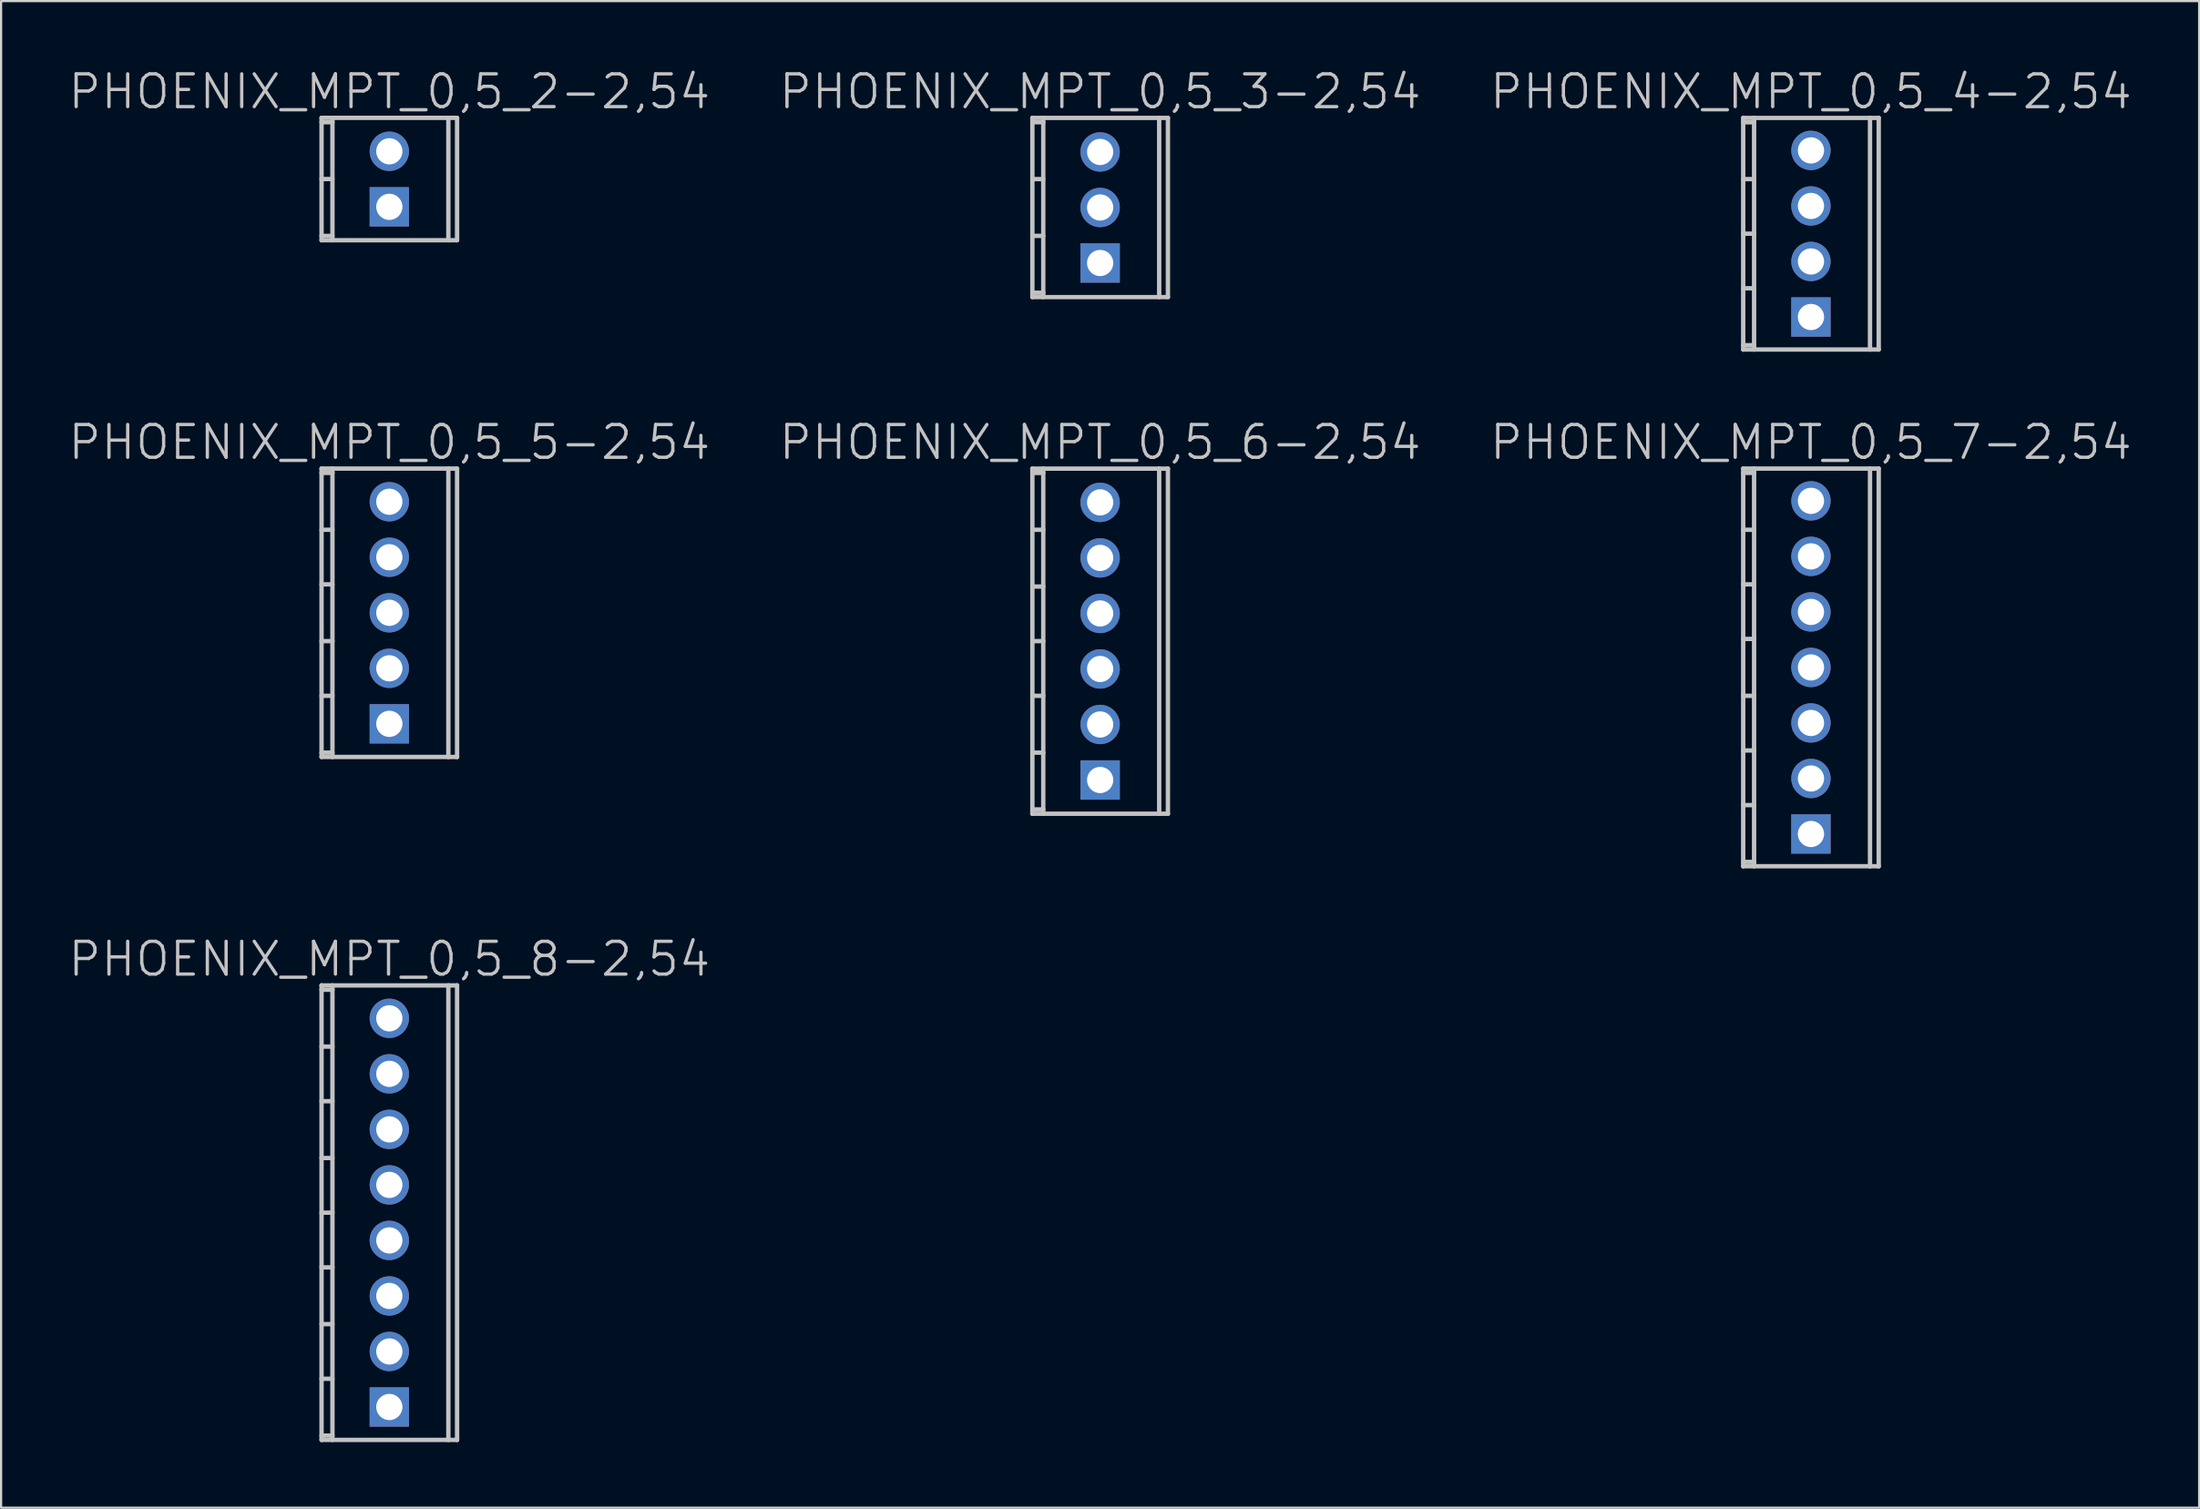
<source format=kicad_pcb>
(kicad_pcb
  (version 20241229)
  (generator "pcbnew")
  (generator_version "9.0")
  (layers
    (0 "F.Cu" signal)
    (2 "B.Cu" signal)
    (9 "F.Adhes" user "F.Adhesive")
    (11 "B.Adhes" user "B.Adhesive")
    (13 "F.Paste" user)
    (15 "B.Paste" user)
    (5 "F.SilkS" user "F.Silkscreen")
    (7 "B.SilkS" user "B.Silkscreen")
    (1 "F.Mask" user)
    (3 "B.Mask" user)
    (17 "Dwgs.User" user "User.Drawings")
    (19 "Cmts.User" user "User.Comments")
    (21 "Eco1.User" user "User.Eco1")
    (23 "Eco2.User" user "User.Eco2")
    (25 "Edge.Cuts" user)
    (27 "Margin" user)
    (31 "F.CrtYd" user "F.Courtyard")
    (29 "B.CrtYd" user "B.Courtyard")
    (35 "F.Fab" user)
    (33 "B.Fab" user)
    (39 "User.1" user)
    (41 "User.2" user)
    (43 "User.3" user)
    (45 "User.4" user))
  (footprint "PHOENIX_MPT_0,5_2-2,54"
    (layer "F.Cu")
    (at 14.754 5.141)
    (property "Reference" "PHOENIX_MPT_0,5_2-2,54" (at 0 -4 180) (layer "Dwgs.User") (effects (font (size 1.5 1.5) (thickness 0.15))))
    (attr through_hole)
    (fp_line (start -3.099 -2.799) (end -3.099 2.799) (stroke (width 0.2) (type solid)) (layer "Dwgs.User"))
    (fp_line (start -3.099 -2.601) (end -2.601 -2.601) (stroke (width 0.2) (type solid)) (layer "Dwgs.User"))
    (fp_line (start -3.099 0) (end -2.601 0) (stroke (width 0.2) (type solid)) (layer "Dwgs.User"))
    (fp_line (start -3.099 2.799) (end 3.099 2.799) (stroke (width 0.2) (type solid)) (layer "Dwgs.User"))
    (fp_line (start -2.601 2.601) (end -3.099 2.601) (stroke (width 0.2) (type solid)) (layer "Dwgs.User"))
    (fp_line (start -2.601 2.799) (end -2.601 -2.799) (stroke (width 0.2) (type solid)) (layer "Dwgs.User"))
    (fp_line (start 2.7 -2.799) (end 2.7 2.799) (stroke (width 0.2) (type solid)) (layer "Dwgs.User"))
    (fp_line (start 3.099 -2.799) (end -3.099 -2.799) (stroke (width 0.2) (type solid)) (layer "Dwgs.User"))
    (fp_line (start 3.099 2.799) (end 3.099 -2.799) (stroke (width 0.2) (type solid)) (layer "Dwgs.User"))
    (pad "1" thru_hole rect (at 0 1.27) (size 1.8 1.8) (drill 1.2) (layers "*.Cu" "*.Mask"))
    (pad "2" thru_hole circle (at 0 -1.27 270) (size 1.8 1.8) (drill 1.2) (layers "*.Cu" "*.Mask")))
  (footprint "PHOENIX_MPT_0,5_4-2,54"
    (layer "F.Cu")
    (at 79.768 7.641)
    (property "Reference" "PHOENIX_MPT_0,5_4-2,54" (at 0 -6.5 180) (layer "Dwgs.User") (effects (font (size 1.5 1.5) (thickness 0.15))))
    (attr through_hole)
    (fp_line (start -3.099 -5.098) (end -2.601 -5.098) (stroke (width 0.2) (type solid)) (layer "Dwgs.User"))
    (fp_line (start -3.099 -2.497) (end -2.601 -2.497) (stroke (width 0.2) (type solid)) (layer "Dwgs.User"))
    (fp_line (start -3.099 5.298) (end 3.099 5.298) (stroke (width 0.2) (type solid)) (layer "Dwgs.User"))
    (fp_line (start -3.099 5.301) (end -3.099 -5.301) (stroke (width 0.2) (type solid)) (layer "Dwgs.User"))
    (fp_line (start -2.601 -5.301) (end -2.601 5.301) (stroke (width 0.2) (type solid)) (layer "Dwgs.User"))
    (fp_line (start -2.601 0) (end -3.099 0) (stroke (width 0.2) (type solid)) (layer "Dwgs.User"))
    (fp_line (start -2.601 2.497) (end -3.099 2.497) (stroke (width 0.2) (type solid)) (layer "Dwgs.User"))
    (fp_line (start -2.601 5.1) (end -3.099 5.1) (stroke (width 0.2) (type solid)) (layer "Dwgs.User"))
    (fp_line (start 2.7 -5.301) (end 2.7 5.301) (stroke (width 0.2) (type solid)) (layer "Dwgs.User"))
    (fp_line (start 3.099 -5.296) (end -3.099 -5.296) (stroke (width 0.2) (type solid)) (layer "Dwgs.User"))
    (fp_line (start 3.099 5.301) (end 3.099 -5.301) (stroke (width 0.2) (type solid)) (layer "Dwgs.User"))
    (pad "1" thru_hole rect (at 0 3.81) (size 1.8 1.8) (drill 1.2) (layers "*.Cu" "*.Mask"))
    (pad "2" thru_hole circle (at 0 1.27 270) (size 1.8 1.8) (drill 1.2) (layers "*.Cu" "*.Mask"))
    (pad "3" thru_hole circle (at 0 -1.27 270) (size 1.8 1.8) (drill 1.2) (layers "*.Cu" "*.Mask"))
    (pad "4" thru_hole circle (at 0 -3.81 270) (size 1.8 1.8) (drill 1.2) (layers "*.Cu" "*.Mask")))
  (footprint "PHOENIX_MPT_0,5_7-2,54"
    (layer "F.Cu")
    (at 79.768 27.482)
    (property "Reference" "PHOENIX_MPT_0,5_7-2,54" (at 0 -10.3 180) (layer "Dwgs.User") (effects (font (size 1.5 1.5) (thickness 0.15))))
    (attr through_hole)
    (fp_line (start -3.099 -9.101) (end -3.099 9.101) (stroke (width 0.2) (type solid)) (layer "Dwgs.User"))
    (fp_line (start -3.099 -8.898) (end -2.601 -8.898) (stroke (width 0.2) (type solid)) (layer "Dwgs.User"))
    (fp_line (start -3.099 -6.297) (end -2.601 -6.297) (stroke (width 0.2) (type solid)) (layer "Dwgs.User"))
    (fp_line (start -3.099 9.096) (end 3.099 9.096) (stroke (width 0.2) (type solid)) (layer "Dwgs.User"))
    (fp_line (start -2.601 -3.8) (end -3.099 -3.8) (stroke (width 0.2) (type solid)) (layer "Dwgs.User"))
    (fp_line (start -2.601 -1.303) (end -3.099 -1.303) (stroke (width 0.2) (type solid)) (layer "Dwgs.User"))
    (fp_line (start -2.601 1.3) (end -3.099 1.3) (stroke (width 0.2) (type solid)) (layer "Dwgs.User"))
    (fp_line (start -2.601 3.8) (end -3.099 3.8) (stroke (width 0.2) (type solid)) (layer "Dwgs.User"))
    (fp_line (start -2.601 6.299) (end -3.099 6.299) (stroke (width 0.2) (type solid)) (layer "Dwgs.User"))
    (fp_line (start -2.601 8.898) (end -3.099 8.898) (stroke (width 0.2) (type solid)) (layer "Dwgs.User"))
    (fp_line (start -2.601 9.101) (end -2.601 -9.101) (stroke (width 0.2) (type solid)) (layer "Dwgs.User"))
    (fp_line (start 2.7 9.101) (end 2.7 -9.101) (stroke (width 0.2) (type solid)) (layer "Dwgs.User"))
    (fp_line (start 3.099 -9.096) (end -3.099 -9.096) (stroke (width 0.2) (type solid)) (layer "Dwgs.User"))
    (fp_line (start 3.099 9.101) (end 3.099 -9.101) (stroke (width 0.2) (type solid)) (layer "Dwgs.User"))
    (pad "1" thru_hole rect (at 0 7.62) (size 1.8 1.8) (drill 1.2) (layers "*.Cu" "*.Mask"))
    (pad "2" thru_hole circle (at 0 5.08 270) (size 1.8 1.8) (drill 1.2) (layers "*.Cu" "*.Mask"))
    (pad "3" thru_hole circle (at 0 2.54 270) (size 1.8 1.8) (drill 1.2) (layers "*.Cu" "*.Mask"))
    (pad "4" thru_hole circle (at 0 0 270) (size 1.8 1.8) (drill 1.2) (layers "*.Cu" "*.Mask"))
    (pad "5" thru_hole circle (at 0 -2.54 270) (size 1.8 1.8) (drill 1.2) (layers "*.Cu" "*.Mask"))
    (pad "6" thru_hole circle (at 0 -5.08 270) (size 1.8 1.8) (drill 1.2) (layers "*.Cu" "*.Mask"))
    (pad "7" thru_hole circle (at 0 -7.62 270) (size 1.8 1.8) (drill 1.2) (layers "*.Cu" "*.Mask")))
  (footprint "PHOENIX_MPT_0,5_8-2,54"
    (layer "F.Cu")
    (at 14.754 52.424)
    (property "Reference" "PHOENIX_MPT_0,5_8-2,54" (at 0 -11.6 180) (layer "Dwgs.User") (effects (font (size 1.5 1.5) (thickness 0.15))))
    (attr through_hole)
    (fp_line (start -3.099 -10.198) (end -2.601 -10.198) (stroke (width 0.2) (type solid)) (layer "Dwgs.User"))
    (fp_line (start -3.099 -7.595) (end -2.601 -7.595) (stroke (width 0.2) (type solid)) (layer "Dwgs.User"))
    (fp_line (start -3.099 10.396) (end 3.099 10.396) (stroke (width 0.2) (type solid)) (layer "Dwgs.User"))
    (fp_line (start -3.099 10.399) (end -3.099 -10.399) (stroke (width 0.2) (type solid)) (layer "Dwgs.User"))
    (fp_line (start -2.601 -10.399) (end -2.601 10.399) (stroke (width 0.2) (type solid)) (layer "Dwgs.User"))
    (fp_line (start -2.601 -5.098) (end -3.099 -5.098) (stroke (width 0.2) (type solid)) (layer "Dwgs.User"))
    (fp_line (start -2.601 -2.499) (end -3.099 -2.499) (stroke (width 0.2) (type solid)) (layer "Dwgs.User"))
    (fp_line (start -2.601 0) (end -3.099 0) (stroke (width 0.2) (type solid)) (layer "Dwgs.User"))
    (fp_line (start -2.601 2.502) (end -3.099 2.502) (stroke (width 0.2) (type solid)) (layer "Dwgs.User"))
    (fp_line (start -2.601 5.1) (end -3.099 5.1) (stroke (width 0.2) (type solid)) (layer "Dwgs.User"))
    (fp_line (start -2.601 7.6) (end -3.099 7.6) (stroke (width 0.2) (type solid)) (layer "Dwgs.User"))
    (fp_line (start -2.601 10.198) (end -3.099 10.198) (stroke (width 0.2) (type solid)) (layer "Dwgs.User"))
    (fp_line (start 2.7 -10.399) (end 2.7 10.399) (stroke (width 0.2) (type solid)) (layer "Dwgs.User"))
    (fp_line (start 3.099 -10.396) (end -3.099 -10.396) (stroke (width 0.2) (type solid)) (layer "Dwgs.User"))
    (fp_line (start 3.099 10.399) (end 3.099 -10.399) (stroke (width 0.2) (type solid)) (layer "Dwgs.User"))
    (pad "1" thru_hole rect (at 0 8.89) (size 1.8 1.8) (drill 1.2) (layers "*.Cu" "*.Mask"))
    (pad "2" thru_hole circle (at 0 6.35 270) (size 1.8 1.8) (drill 1.2) (layers "*.Cu" "*.Mask"))
    (pad "3" thru_hole circle (at 0 3.81 270) (size 1.8 1.8) (drill 1.2) (layers "*.Cu" "*.Mask"))
    (pad "4" thru_hole circle (at 0 1.27 270) (size 1.8 1.8) (drill 1.2) (layers "*.Cu" "*.Mask"))
    (pad "5" thru_hole circle (at 0 -1.27 270) (size 1.8 1.8) (drill 1.2) (layers "*.Cu" "*.Mask"))
    (pad "6" thru_hole circle (at 0 -3.81 270) (size 1.8 1.8) (drill 1.2) (layers "*.Cu" "*.Mask"))
    (pad "7" thru_hole circle (at 0 -6.35 270) (size 1.8 1.8) (drill 1.2) (layers "*.Cu" "*.Mask"))
    (pad "8" thru_hole circle (at 0 -8.89 270) (size 1.8 1.8) (drill 1.2) (layers "*.Cu" "*.Mask")))
  (footprint "PHOENIX_MPT_0,5_3-2,54"
    (layer "F.Cu")
    (at 47.261 6.441)
    (property "Reference" "PHOENIX_MPT_0,5_3-2,54" (at 0 -5.3 180) (layer "Dwgs.User") (effects (font (size 1.5 1.5) (thickness 0.15))))
    (attr through_hole)
    (fp_line (start -3.099 -4.1) (end -3.099 4.1) (stroke (width 0.2) (type solid)) (layer "Dwgs.User"))
    (fp_line (start -3.099 -3.899) (end -2.601 -3.899) (stroke (width 0.2) (type solid)) (layer "Dwgs.User"))
    (fp_line (start -3.099 -1.298) (end -2.601 -1.298) (stroke (width 0.2) (type solid)) (layer "Dwgs.User"))
    (fp_line (start -3.099 4.1) (end 3.099 4.1) (stroke (width 0.2) (type solid)) (layer "Dwgs.User"))
    (fp_line (start -2.601 1.3) (end -3.099 1.3) (stroke (width 0.2) (type solid)) (layer "Dwgs.User"))
    (fp_line (start -2.601 3.901) (end -3.099 3.901) (stroke (width 0.2) (type solid)) (layer "Dwgs.User"))
    (fp_line (start -2.601 4.1) (end -2.601 -4.1) (stroke (width 0.2) (type solid)) (layer "Dwgs.User"))
    (fp_line (start 2.7 4.1) (end 2.7 -4.1) (stroke (width 0.2) (type solid)) (layer "Dwgs.User"))
    (fp_line (start 3.099 -4.097) (end -3.099 -4.097) (stroke (width 0.2) (type solid)) (layer "Dwgs.User"))
    (fp_line (start 3.099 4.1) (end 3.099 -4.1) (stroke (width 0.2) (type solid)) (layer "Dwgs.User"))
    (pad "1" thru_hole rect (at 0 2.54) (size 1.8 1.8) (drill 1.2) (layers "*.Cu" "*.Mask"))
    (pad "2" thru_hole circle (at 0 0 270) (size 1.8 1.8) (drill 1.2) (layers "*.Cu" "*.Mask"))
    (pad "3" thru_hole circle (at 0 -2.54 270) (size 1.8 1.8) (drill 1.2) (layers "*.Cu" "*.Mask")))
  (footprint "PHOENIX_MPT_0,5_6-2,54"
    (layer "F.Cu")
    (at 47.261 26.282)
    (property "Reference" "PHOENIX_MPT_0,5_6-2,54" (at 0 -9.1 180) (layer "Dwgs.User") (effects (font (size 1.5 1.5) (thickness 0.15))))
    (attr through_hole)
    (fp_line (start -3.099 -7.899) (end -3.099 7.899) (stroke (width 0.2) (type solid)) (layer "Dwgs.User"))
    (fp_line (start -3.099 -7.696) (end -2.601 -7.696) (stroke (width 0.2) (type solid)) (layer "Dwgs.User"))
    (fp_line (start -3.099 -5.098) (end -2.601 -5.098) (stroke (width 0.2) (type solid)) (layer "Dwgs.User"))
    (fp_line (start -3.099 7.894) (end 3.099 7.894) (stroke (width 0.2) (type solid)) (layer "Dwgs.User"))
    (fp_line (start -2.601 -2.499) (end -3.099 -2.499) (stroke (width 0.2) (type solid)) (layer "Dwgs.User"))
    (fp_line (start -2.601 -0.003) (end -3.099 -0.003) (stroke (width 0.2) (type solid)) (layer "Dwgs.User"))
    (fp_line (start -2.601 2.499) (end -3.099 2.499) (stroke (width 0.2) (type solid)) (layer "Dwgs.User"))
    (fp_line (start -2.601 5.1) (end -3.099 5.1) (stroke (width 0.2) (type solid)) (layer "Dwgs.User"))
    (fp_line (start -2.601 7.696) (end -3.099 7.696) (stroke (width 0.2) (type solid)) (layer "Dwgs.User"))
    (fp_line (start -2.601 7.899) (end -2.601 -7.899) (stroke (width 0.2) (type solid)) (layer "Dwgs.User"))
    (fp_line (start 2.7 7.899) (end 2.7 -7.899) (stroke (width 0.2) (type solid)) (layer "Dwgs.User"))
    (fp_line (start 3.099 -7.894) (end -3.099 -7.894) (stroke (width 0.2) (type solid)) (layer "Dwgs.User"))
    (fp_line (start 3.099 7.899) (end 3.099 -7.899) (stroke (width 0.2) (type solid)) (layer "Dwgs.User"))
    (pad "1" thru_hole rect (at 0 6.35) (size 1.8 1.8) (drill 1.2) (layers "*.Cu" "*.Mask"))
    (pad "2" thru_hole circle (at 0 3.81 270) (size 1.8 1.8) (drill 1.2) (layers "*.Cu" "*.Mask"))
    (pad "3" thru_hole circle (at 0 1.27 270) (size 1.8 1.8) (drill 1.2) (layers "*.Cu" "*.Mask"))
    (pad "4" thru_hole circle (at 0 -1.27 270) (size 1.8 1.8) (drill 1.2) (layers "*.Cu" "*.Mask"))
    (pad "5" thru_hole circle (at 0 -3.81 270) (size 1.8 1.8) (drill 1.2) (layers "*.Cu" "*.Mask"))
    (pad "6" thru_hole circle (at 0 -6.35 270) (size 1.8 1.8) (drill 1.2) (layers "*.Cu" "*.Mask")))
  (footprint "PHOENIX_MPT_0,5_5-2,54"
    (layer "F.Cu")
    (at 14.754 24.982)
    (property "Reference" "PHOENIX_MPT_0,5_5-2,54" (at 0 -7.8 180) (layer "Dwgs.User") (effects (font (size 1.5 1.5) (thickness 0.15))))
    (attr through_hole)
    (fp_line (start -3.099 -6.398) (end -2.601 -6.398) (stroke (width 0.2) (type solid)) (layer "Dwgs.User"))
    (fp_line (start -3.099 -3.797) (end -2.601 -3.797) (stroke (width 0.2) (type solid)) (layer "Dwgs.User"))
    (fp_line (start -3.099 6.596) (end 3.099 6.596) (stroke (width 0.2) (type solid)) (layer "Dwgs.User"))
    (fp_line (start -3.099 6.599) (end -3.099 -6.599) (stroke (width 0.2) (type solid)) (layer "Dwgs.User"))
    (fp_line (start -2.601 -6.599) (end -2.601 6.599) (stroke (width 0.2) (type solid)) (layer "Dwgs.User"))
    (fp_line (start -2.601 -1.3) (end -3.099 -1.3) (stroke (width 0.2) (type solid)) (layer "Dwgs.User"))
    (fp_line (start -2.601 1.298) (end -3.099 1.298) (stroke (width 0.2) (type solid)) (layer "Dwgs.User"))
    (fp_line (start -2.601 3.8) (end -3.099 3.8) (stroke (width 0.2) (type solid)) (layer "Dwgs.User"))
    (fp_line (start -2.601 6.398) (end -3.099 6.398) (stroke (width 0.2) (type solid)) (layer "Dwgs.User"))
    (fp_line (start 2.7 -6.599) (end 2.7 6.599) (stroke (width 0.2) (type solid)) (layer "Dwgs.User"))
    (fp_line (start 3.099 -6.596) (end -3.099 -6.596) (stroke (width 0.2) (type solid)) (layer "Dwgs.User"))
    (fp_line (start 3.099 6.599) (end 3.099 -6.599) (stroke (width 0.2) (type solid)) (layer "Dwgs.User"))
    (pad "1" thru_hole rect (at 0 5.08) (size 1.8 1.8) (drill 1.2) (layers "*.Cu" "*.Mask"))
    (pad "2" thru_hole circle (at 0 2.54 270) (size 1.8 1.8) (drill 1.2) (layers "*.Cu" "*.Mask"))
    (pad "3" thru_hole circle (at 0 0 270) (size 1.8 1.8) (drill 1.2) (layers "*.Cu" "*.Mask"))
    (pad "4" thru_hole circle (at 0 -2.54 270) (size 1.8 1.8) (drill 1.2) (layers "*.Cu" "*.Mask"))
    (pad "5" thru_hole circle (at 0 -5.08 270) (size 1.8 1.8) (drill 1.2) (layers "*.Cu" "*.Mask")))
  (gr_rect
    (start -3 -3)
    (end 97.521 65.923)
    (stroke (width 0.1) (type default))
    (fill no)
    (layer "Edge.Cuts")))
</source>
